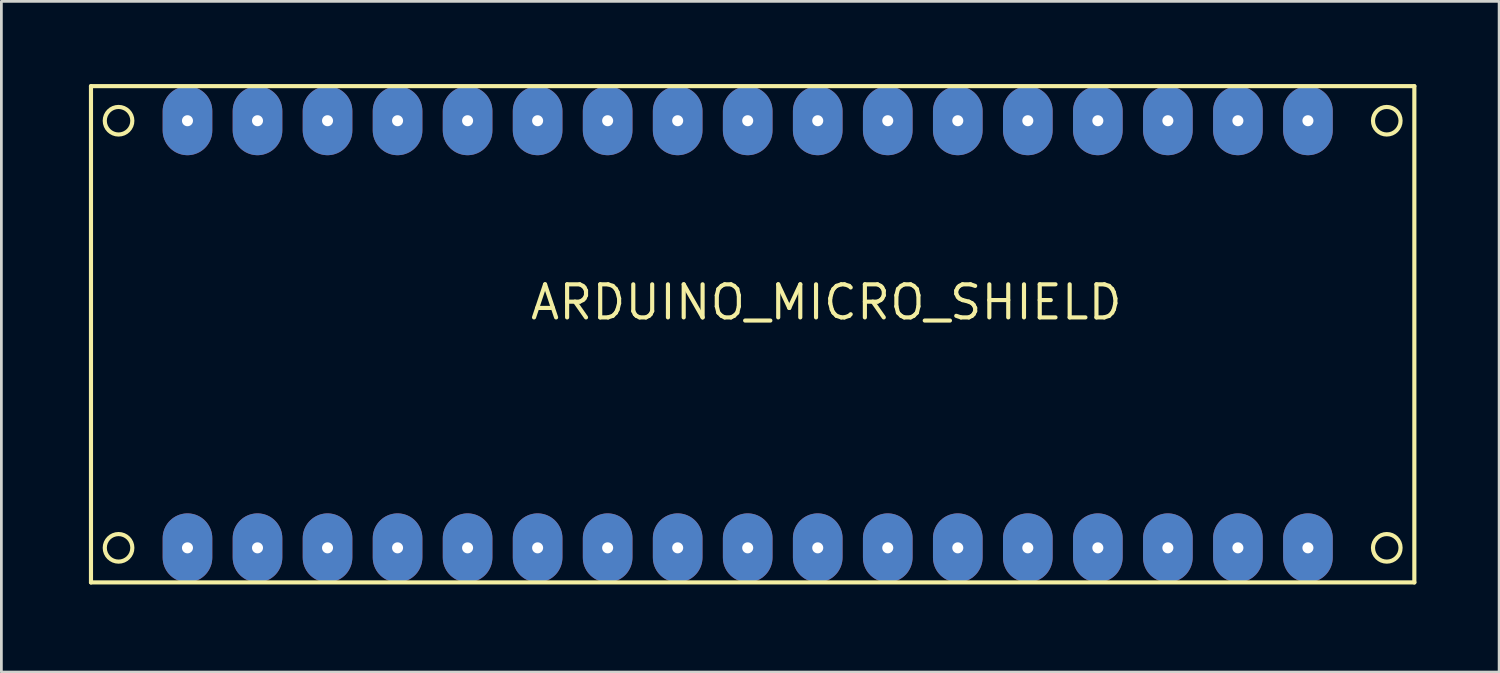
<source format=kicad_pcb>
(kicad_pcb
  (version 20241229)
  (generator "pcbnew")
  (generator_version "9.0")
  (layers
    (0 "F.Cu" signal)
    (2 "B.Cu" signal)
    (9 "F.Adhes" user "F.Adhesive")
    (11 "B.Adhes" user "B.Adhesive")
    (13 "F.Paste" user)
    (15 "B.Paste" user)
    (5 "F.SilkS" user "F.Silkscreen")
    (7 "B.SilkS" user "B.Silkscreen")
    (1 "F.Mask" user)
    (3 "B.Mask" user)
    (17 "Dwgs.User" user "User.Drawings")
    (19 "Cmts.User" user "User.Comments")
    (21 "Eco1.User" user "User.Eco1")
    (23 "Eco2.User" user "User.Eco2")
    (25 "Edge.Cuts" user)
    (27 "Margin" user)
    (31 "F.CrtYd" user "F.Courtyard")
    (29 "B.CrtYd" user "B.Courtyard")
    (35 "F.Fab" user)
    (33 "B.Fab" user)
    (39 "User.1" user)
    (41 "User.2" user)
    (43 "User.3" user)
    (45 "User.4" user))
  (footprint "ARDUINO_MICRO_SHIELD"
    (placed yes)
    (layer "F.Cu")
    (at 0.25 18.075)
    (property "Reference" "ARDUINO_MICRO_SHIELD" (at 26.67 -10.16 0) (layer "F.SilkS") (effects (font (size 1.2 1.2) (thickness 0.15))))
    (attr through_hole)
    (fp_line (start 0 -18) (end 48 -18) (stroke (width 0.15) (type solid)) (layer "F.SilkS"))
    (fp_line (start 0 0) (end 0 -18) (stroke (width 0.15) (type solid)) (layer "F.SilkS"))
    (fp_line (start 48 -18) (end 48 0) (stroke (width 0.15) (type solid)) (layer "F.SilkS"))
    (fp_line (start 48 0) (end 0 0) (stroke (width 0.15) (type solid)) (layer "F.SilkS"))
    (fp_circle (center 1 -16.746) (end 1.5 -16.746) (stroke (width 0.15) (type solid)) (fill no) (layer "F.SilkS"))
    (fp_circle (center 1 -1.254) (end 1.5 -1.254) (stroke (width 0.15) (type solid)) (fill no) (layer "F.SilkS"))
    (fp_circle (center 47 -16.746) (end 47.5 -16.746) (stroke (width 0.15) (type solid)) (fill no) (layer "F.SilkS"))
    (fp_circle (center 47 -1.254) (end 47.5 -1.254) (stroke (width 0.15) (type solid)) (fill no) (layer "F.SilkS"))
    (pad "2" thru_hole oval (at 18.74 -1.254) (size 1.8 2.5) (drill 0.4) (layers "*.Cu" "*.Mask"))
    (pad "3" thru_hole oval (at 21.28 -1.254) (size 1.8 2.5) (drill 0.4) (layers "*.Cu" "*.Mask"))
    (pad "3.3V" thru_hole oval (at 41.6 -16.746) (size 1.8 2.5) (drill 0.4) (layers "*.Cu" "*.Mask"))
    (pad "4" thru_hole oval (at 23.82 -1.254) (size 1.8 2.5) (drill 0.4) (layers "*.Cu" "*.Mask"))
    (pad "5" thru_hole oval (at 26.36 -1.254) (size 1.8 2.5) (drill 0.4) (layers "*.Cu" "*.Mask"))
    (pad "5V" thru_hole oval (at 16.2 -16.746) (size 1.8 2.5) (drill 0.4) (layers "*.Cu" "*.Mask"))
    (pad "6" thru_hole oval (at 28.9 -1.254) (size 1.8 2.5) (drill 0.4) (layers "*.Cu" "*.Mask"))
    (pad "7" thru_hole oval (at 31.44 -1.254) (size 1.8 2.5) (drill 0.4) (layers "*.Cu" "*.Mask"))
    (pad "8" thru_hole oval (at 33.98 -1.254) (size 1.8 2.5) (drill 0.4) (layers "*.Cu" "*.Mask"))
    (pad "9" thru_hole oval (at 36.52 -1.254) (size 1.8 2.5) (drill 0.4) (layers "*.Cu" "*.Mask"))
    (pad "10" thru_hole oval (at 39.06 -1.254) (size 1.8 2.5) (drill 0.4) (layers "*.Cu" "*.Mask"))
    (pad "11" thru_hole oval (at 41.6 -1.254) (size 1.8 2.5) (drill 0.4) (layers "*.Cu" "*.Mask"))
    (pad "12" thru_hole oval (at 44.14 -1.254) (size 1.8 2.5) (drill 0.4) (layers "*.Cu" "*.Mask"))
    (pad "13" thru_hole oval (at 44.14 -16.746) (size 1.8 2.5) (drill 0.4) (layers "*.Cu" "*.Mask"))
    (pad "A0" thru_hole oval (at 36.52 -16.746) (size 1.8 2.5) (drill 0.4) (layers "*.Cu" "*.Mask"))
    (pad "A1" thru_hole oval (at 33.98 -16.746) (size 1.8 2.5) (drill 0.4) (layers "*.Cu" "*.Mask"))
    (pad "A2" thru_hole oval (at 31.44 -16.746) (size 1.8 2.5) (drill 0.4) (layers "*.Cu" "*.Mask"))
    (pad "A3" thru_hole oval (at 28.9 -16.746) (size 1.8 2.5) (drill 0.4) (layers "*.Cu" "*.Mask"))
    (pad "A4" thru_hole oval (at 26.36 -16.746) (size 1.8 2.5) (drill 0.4) (layers "*.Cu" "*.Mask"))
    (pad "A5" thru_hole oval (at 23.82 -16.746) (size 1.8 2.5) (drill 0.4) (layers "*.Cu" "*.Mask"))
    (pad "AREF" thru_hole oval (at 39.06 -16.746) (size 1.8 2.5) (drill 0.4) (layers "*.Cu" "*.Mask"))
    (pad "GND" thru_hole oval (at 11.12 -16.746) (size 1.8 2.5) (drill 0.4) (layers "*.Cu" "*.Mask"))
    (pad "GND" thru_hole oval (at 16.2 -1.254) (size 1.8 2.5) (drill 0.4) (layers "*.Cu" "*.Mask"))
    (pad "MI" thru_hole oval (at 6.04 -16.746) (size 1.8 2.5) (drill 0.4) (layers "*.Cu" "*.Mask"))
    (pad "MO" thru_hole oval (at 3.5 -1.254) (size 1.8 2.5) (drill 0.4) (layers "*.Cu" "*.Mask"))
    (pad "NC" thru_hole oval (at 18.74 -16.746) (size 1.8 2.5) (drill 0.4) (layers "*.Cu" "*.Mask"))
    (pad "NC" thru_hole oval (at 21.28 -16.746) (size 1.8 2.5) (drill 0.4) (layers "*.Cu" "*.Mask"))
    (pad "RST" thru_hole oval (at 13.66 -16.746) (size 1.8 2.5) (drill 0.4) (layers "*.Cu" "*.Mask"))
    (pad "RST" thru_hole oval (at 13.66 -1.254) (size 1.8 2.5) (drill 0.4) (layers "*.Cu" "*.Mask"))
    (pad "RX" thru_hole oval (at 11.12 -1.254) (size 1.8 2.5) (drill 0.4) (layers "*.Cu" "*.Mask"))
    (pad "SCK" thru_hole oval (at 3.5 -16.746) (size 1.8 2.5) (drill 0.4) (layers "*.Cu" "*.Mask"))
    (pad "SS" thru_hole oval (at 6.04 -1.254) (size 1.8 2.5) (drill 0.4) (layers "*.Cu" "*.Mask"))
    (pad "TX" thru_hole oval (at 8.58 -1.254) (size 1.8 2.5) (drill 0.4) (layers "*.Cu" "*.Mask"))
    (pad "VI" thru_hole oval (at 8.58 -16.746) (size 1.8 2.5) (drill 0.4) (layers "*.Cu" "*.Mask")))
  (gr_rect
    (start -3 -3)
    (end 51.325 21.325)
    (stroke (width 0.1) (type default))
    (fill no)
    (layer "Edge.Cuts")))
</source>
